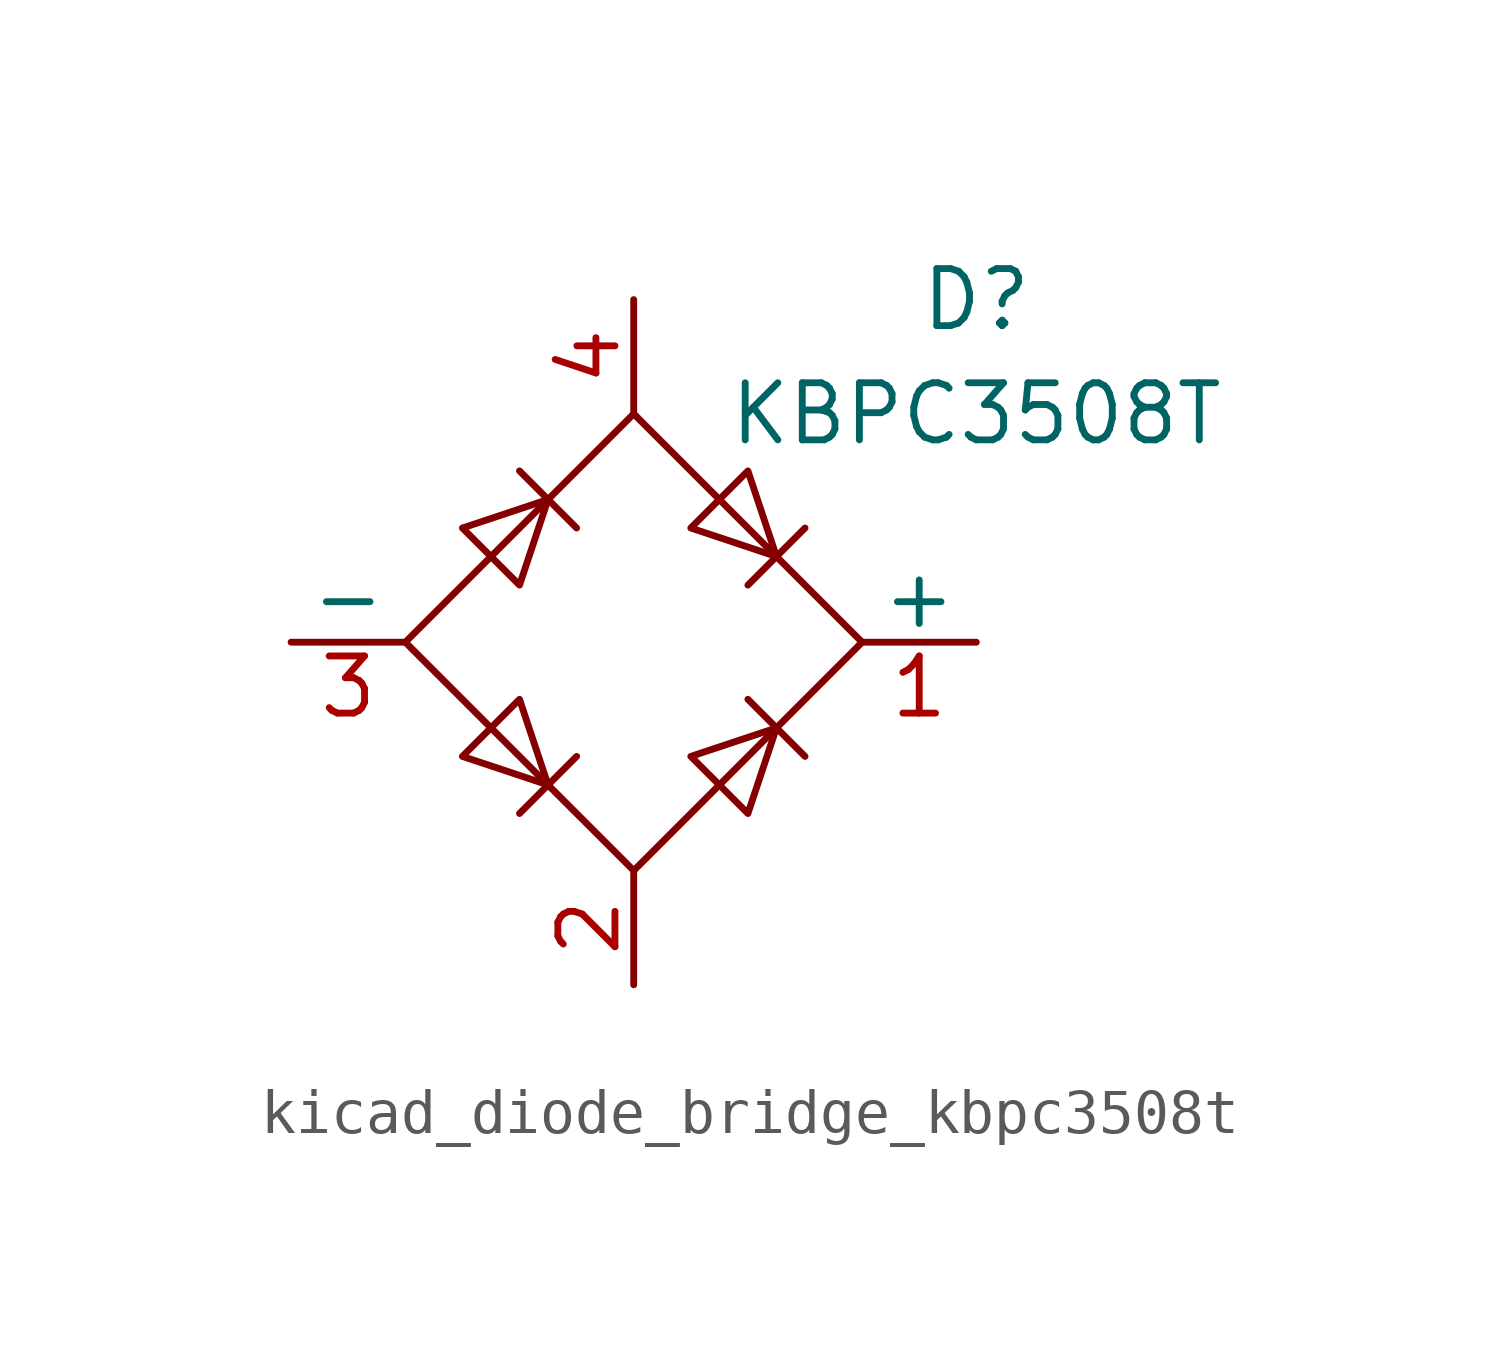
<source format=kicad_sym>
(kicad_symbol_lib
  (version 20220914)
  (generator kicad_symbol_editor)
  (symbol "kicad_diode_bridge_kbpc3508t"
    (pin_names
      (offset 0))
    (property "Reference" "D"
      (at 7.62 7.62 0)
      (effects (font (size 1.27 1.27))))
    (property "Value" "KBPC3508T"
      (at 7.62 5.08 0)
      (effects (font (size 1.27 1.27))))
    (symbol "kicad_diode_bridge_kbpc3508t_0_1"
      (polyline (pts (xy -2.54 3.81) (xy -1.27 2.54)) (stroke (width 0) (type default)) (fill (type none)))
      (polyline (pts (xy -1.27 -2.54) (xy -2.54 -3.81)) (stroke (width 0) (type default)) (fill (type none)))
      (polyline (pts (xy 2.54 -1.27) (xy 3.81 -2.54)) (stroke (width 0) (type default)) (fill (type none)))
      (polyline (pts (xy 2.54 1.27) (xy 3.81 2.54)) (stroke (width 0) (type default)) (fill (type none)))
      (polyline (pts (xy -3.81 2.54) (xy -2.54 1.27) (xy -1.905 3.175) (xy -3.81 2.54)) (stroke (width 0) (type default)) (fill (type none)))
      (polyline (pts (xy -2.54 -1.27) (xy -3.81 -2.54) (xy -1.905 -3.175) (xy -2.54 -1.27)) (stroke (width 0) (type default)) (fill (type none)))
      (polyline (pts (xy 1.27 2.54) (xy 2.54 3.81) (xy 3.175 1.905) (xy 1.27 2.54)) (stroke (width 0) (type default)) (fill (type none)))
      (polyline (pts (xy 3.175 -1.905) (xy 1.27 -2.54) (xy 2.54 -3.81) (xy 3.175 -1.905)) (stroke (width 0) (type default)) (fill (type none)))
      (polyline (pts (xy -5.08 0) (xy 0 -5.08) (xy 5.08 0) (xy 0 5.08) (xy -5.08 0)) (stroke (width 0) (type default)) (fill (type none))))
    (symbol "kicad_diode_bridge_kbpc3508t_1_1"
      (pin passive line (at 7.62 0 180) (length 2.54) (name "+" (effects (font (size 1.27 1.27)))) (number "1" (effects (font (size 1.27 1.27)))))
      (pin passive line (at 0 -7.62 90) (length 2.54) (name "~" (effects (font (size 1.27 1.27)))) (number "2" (effects (font (size 1.27 1.27)))))
      (pin passive line (at -7.62 0 0) (length 2.54) (name "-" (effects (font (size 1.27 1.27)))) (number "3" (effects (font (size 1.27 1.27)))))
      (pin passive line (at 0 7.62 270) (length 2.54) (name "~" (effects (font (size 1.27 1.27)))) (number "4" (effects (font (size 1.27 1.27))))))))
</source>
